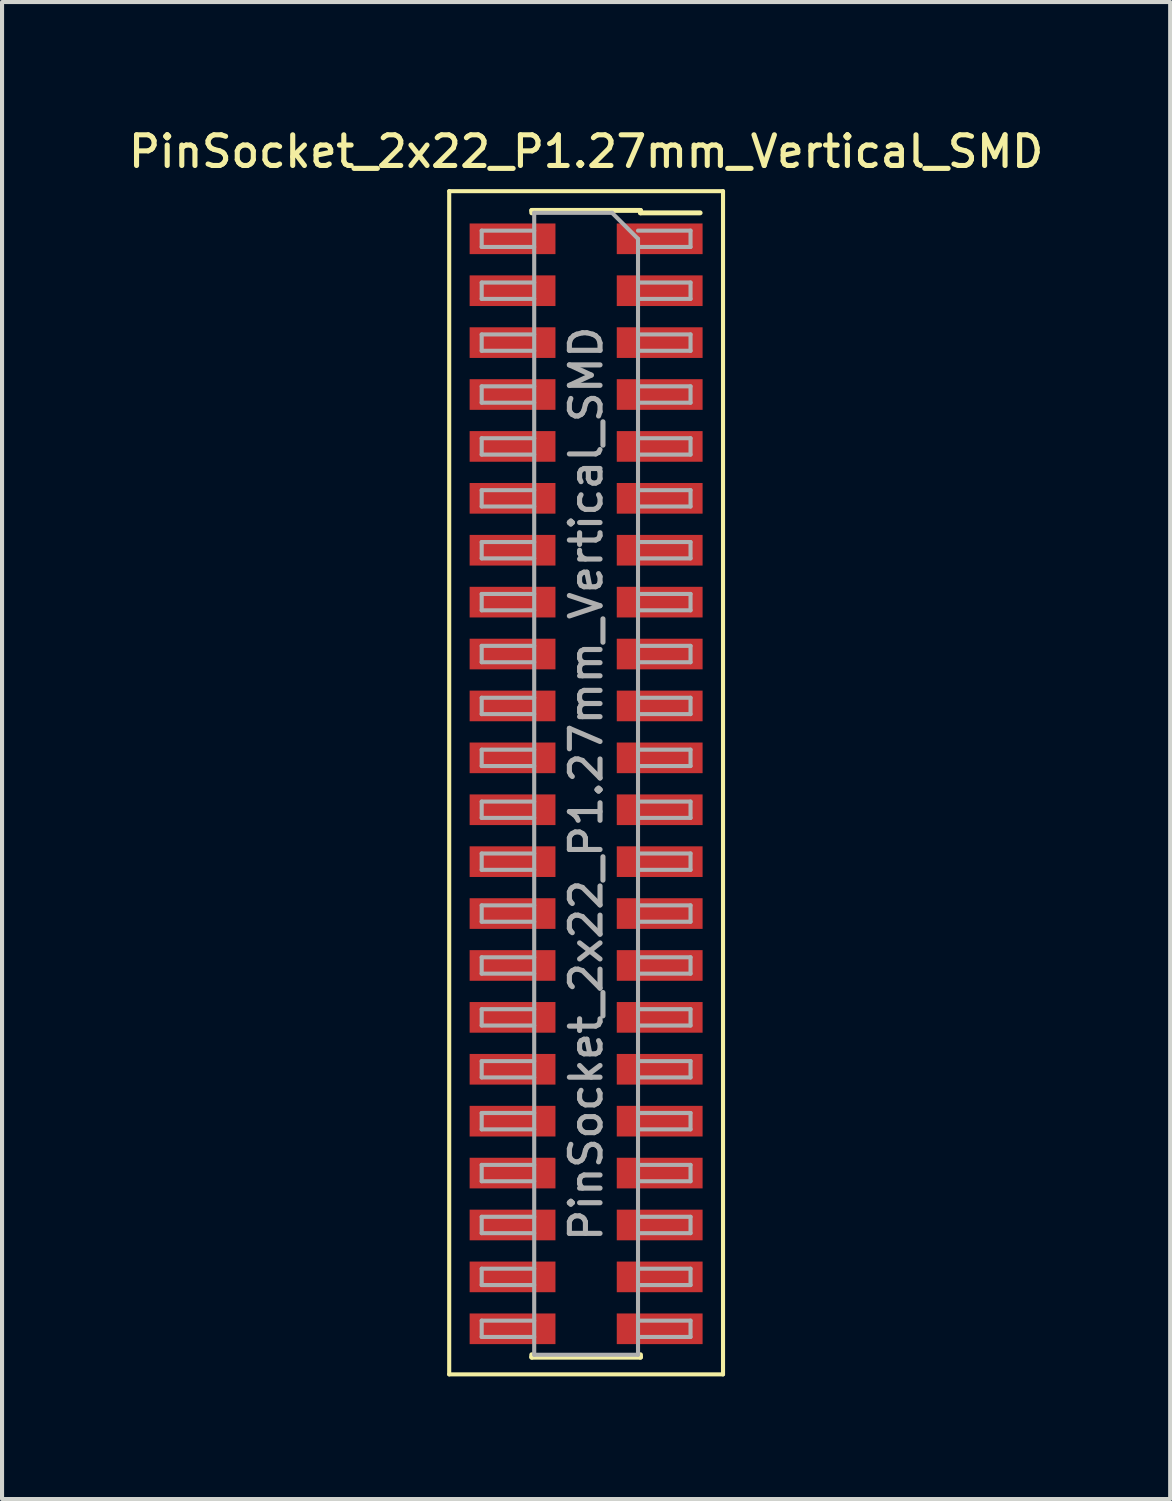
<source format=kicad_pcb>
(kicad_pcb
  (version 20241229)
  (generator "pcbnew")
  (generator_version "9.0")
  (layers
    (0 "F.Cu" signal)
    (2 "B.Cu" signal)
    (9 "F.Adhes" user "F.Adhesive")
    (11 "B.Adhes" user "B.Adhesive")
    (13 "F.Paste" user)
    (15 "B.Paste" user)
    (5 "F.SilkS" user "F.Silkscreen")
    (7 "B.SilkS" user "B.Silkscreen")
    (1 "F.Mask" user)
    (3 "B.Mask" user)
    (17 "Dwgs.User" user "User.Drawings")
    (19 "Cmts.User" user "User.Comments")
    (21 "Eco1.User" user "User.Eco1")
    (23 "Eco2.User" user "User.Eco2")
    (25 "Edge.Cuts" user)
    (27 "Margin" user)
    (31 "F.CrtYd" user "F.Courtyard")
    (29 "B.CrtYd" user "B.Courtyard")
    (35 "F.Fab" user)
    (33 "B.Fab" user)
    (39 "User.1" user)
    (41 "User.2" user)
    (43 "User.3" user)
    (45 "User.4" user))
  (footprint "PinSocket_2x22_P1.27mm_Vertical_SMD"
    (layer "F.Cu")
    (at 11.291 16.128)
    (property "Reference" "PinSocket_2x22_P1.27mm_Vertical_SMD" (at 0 -15.47 0) (layer "F.SilkS") (effects (font (size 0.75 0.75) (thickness 0.125))))
    (attr smd)
    (fp_line (start -3.35 -14.5) (end 3.35 -14.5) (stroke (width 0.1) (type solid)) (layer "F.SilkS"))
    (fp_line (start -3.35 14.45) (end -3.35 -14.5) (stroke (width 0.1) (type solid)) (layer "F.SilkS"))
    (fp_line (start -1.33 -14.03) (end -1.33 -13.97) (stroke (width 0.12) (type solid)) (layer "F.SilkS"))
    (fp_line (start -1.33 -14.03) (end 1.33 -14.03) (stroke (width 0.12) (type solid)) (layer "F.SilkS"))
    (fp_line (start -1.33 13.97) (end -1.33 14.03) (stroke (width 0.12) (type solid)) (layer "F.SilkS"))
    (fp_line (start -1.33 14.03) (end 1.33 14.03) (stroke (width 0.12) (type solid)) (layer "F.SilkS"))
    (fp_line (start 1.33 -14.03) (end 1.33 -13.97) (stroke (width 0.12) (type solid)) (layer "F.SilkS"))
    (fp_line (start 1.33 -13.97) (end 2.79 -13.97) (stroke (width 0.12) (type solid)) (layer "F.SilkS"))
    (fp_line (start 1.33 13.97) (end 1.33 14.03) (stroke (width 0.12) (type solid)) (layer "F.SilkS"))
    (fp_line (start 3.35 -14.5) (end 3.35 14.45) (stroke (width 0.1) (type solid)) (layer "F.SilkS"))
    (fp_line (start 3.35 14.45) (end -3.35 14.45) (stroke (width 0.1) (type solid)) (layer "F.SilkS"))
    (fp_line (start -2.555 -13.535) (end -1.27 -13.535) (stroke (width 0.1) (type solid)) (layer "F.Fab"))
    (fp_line (start -2.555 -13.135) (end -2.555 -13.535) (stroke (width 0.1) (type solid)) (layer "F.Fab"))
    (fp_line (start -2.555 -12.265) (end -1.27 -12.265) (stroke (width 0.1) (type solid)) (layer "F.Fab"))
    (fp_line (start -2.555 -11.865) (end -2.555 -12.265) (stroke (width 0.1) (type solid)) (layer "F.Fab"))
    (fp_line (start -2.555 -10.995) (end -1.27 -10.995) (stroke (width 0.1) (type solid)) (layer "F.Fab"))
    (fp_line (start -2.555 -10.595) (end -2.555 -10.995) (stroke (width 0.1) (type solid)) (layer "F.Fab"))
    (fp_line (start -2.555 -9.725) (end -1.27 -9.725) (stroke (width 0.1) (type solid)) (layer "F.Fab"))
    (fp_line (start -2.555 -9.325) (end -2.555 -9.725) (stroke (width 0.1) (type solid)) (layer "F.Fab"))
    (fp_line (start -2.555 -8.455) (end -1.27 -8.455) (stroke (width 0.1) (type solid)) (layer "F.Fab"))
    (fp_line (start -2.555 -8.055) (end -2.555 -8.455) (stroke (width 0.1) (type solid)) (layer "F.Fab"))
    (fp_line (start -2.555 -7.185) (end -1.27 -7.185) (stroke (width 0.1) (type solid)) (layer "F.Fab"))
    (fp_line (start -2.555 -6.785) (end -2.555 -7.185) (stroke (width 0.1) (type solid)) (layer "F.Fab"))
    (fp_line (start -2.555 -5.915) (end -1.27 -5.915) (stroke (width 0.1) (type solid)) (layer "F.Fab"))
    (fp_line (start -2.555 -5.515) (end -2.555 -5.915) (stroke (width 0.1) (type solid)) (layer "F.Fab"))
    (fp_line (start -2.555 -4.645) (end -1.27 -4.645) (stroke (width 0.1) (type solid)) (layer "F.Fab"))
    (fp_line (start -2.555 -4.245) (end -2.555 -4.645) (stroke (width 0.1) (type solid)) (layer "F.Fab"))
    (fp_line (start -2.555 -3.375) (end -1.27 -3.375) (stroke (width 0.1) (type solid)) (layer "F.Fab"))
    (fp_line (start -2.555 -2.975) (end -2.555 -3.375) (stroke (width 0.1) (type solid)) (layer "F.Fab"))
    (fp_line (start -2.555 -2.105) (end -1.27 -2.105) (stroke (width 0.1) (type solid)) (layer "F.Fab"))
    (fp_line (start -2.555 -1.705) (end -2.555 -2.105) (stroke (width 0.1) (type solid)) (layer "F.Fab"))
    (fp_line (start -2.555 -0.835) (end -1.27 -0.835) (stroke (width 0.1) (type solid)) (layer "F.Fab"))
    (fp_line (start -2.555 -0.435) (end -2.555 -0.835) (stroke (width 0.1) (type solid)) (layer "F.Fab"))
    (fp_line (start -2.555 0.435) (end -1.27 0.435) (stroke (width 0.1) (type solid)) (layer "F.Fab"))
    (fp_line (start -2.555 0.835) (end -2.555 0.435) (stroke (width 0.1) (type solid)) (layer "F.Fab"))
    (fp_line (start -2.555 1.705) (end -1.27 1.705) (stroke (width 0.1) (type solid)) (layer "F.Fab"))
    (fp_line (start -2.555 2.105) (end -2.555 1.705) (stroke (width 0.1) (type solid)) (layer "F.Fab"))
    (fp_line (start -2.555 2.975) (end -1.27 2.975) (stroke (width 0.1) (type solid)) (layer "F.Fab"))
    (fp_line (start -2.555 3.375) (end -2.555 2.975) (stroke (width 0.1) (type solid)) (layer "F.Fab"))
    (fp_line (start -2.555 4.245) (end -1.27 4.245) (stroke (width 0.1) (type solid)) (layer "F.Fab"))
    (fp_line (start -2.555 4.645) (end -2.555 4.245) (stroke (width 0.1) (type solid)) (layer "F.Fab"))
    (fp_line (start -2.555 5.515) (end -1.27 5.515) (stroke (width 0.1) (type solid)) (layer "F.Fab"))
    (fp_line (start -2.555 5.915) (end -2.555 5.515) (stroke (width 0.1) (type solid)) (layer "F.Fab"))
    (fp_line (start -2.555 6.785) (end -1.27 6.785) (stroke (width 0.1) (type solid)) (layer "F.Fab"))
    (fp_line (start -2.555 7.185) (end -2.555 6.785) (stroke (width 0.1) (type solid)) (layer "F.Fab"))
    (fp_line (start -2.555 8.055) (end -1.27 8.055) (stroke (width 0.1) (type solid)) (layer "F.Fab"))
    (fp_line (start -2.555 8.455) (end -2.555 8.055) (stroke (width 0.1) (type solid)) (layer "F.Fab"))
    (fp_line (start -2.555 9.325) (end -1.27 9.325) (stroke (width 0.1) (type solid)) (layer "F.Fab"))
    (fp_line (start -2.555 9.725) (end -2.555 9.325) (stroke (width 0.1) (type solid)) (layer "F.Fab"))
    (fp_line (start -2.555 10.595) (end -1.27 10.595) (stroke (width 0.1) (type solid)) (layer "F.Fab"))
    (fp_line (start -2.555 10.995) (end -2.555 10.595) (stroke (width 0.1) (type solid)) (layer "F.Fab"))
    (fp_line (start -2.555 11.865) (end -1.27 11.865) (stroke (width 0.1) (type solid)) (layer "F.Fab"))
    (fp_line (start -2.555 12.265) (end -2.555 11.865) (stroke (width 0.1) (type solid)) (layer "F.Fab"))
    (fp_line (start -2.555 13.135) (end -1.27 13.135) (stroke (width 0.1) (type solid)) (layer "F.Fab"))
    (fp_line (start -2.555 13.535) (end -2.555 13.135) (stroke (width 0.1) (type solid)) (layer "F.Fab"))
    (fp_line (start -1.27 -13.97) (end 0.635 -13.97) (stroke (width 0.1) (type solid)) (layer "F.Fab"))
    (fp_line (start -1.27 -13.135) (end -2.555 -13.135) (stroke (width 0.1) (type solid)) (layer "F.Fab"))
    (fp_line (start -1.27 -11.865) (end -2.555 -11.865) (stroke (width 0.1) (type solid)) (layer "F.Fab"))
    (fp_line (start -1.27 -10.595) (end -2.555 -10.595) (stroke (width 0.1) (type solid)) (layer "F.Fab"))
    (fp_line (start -1.27 -9.325) (end -2.555 -9.325) (stroke (width 0.1) (type solid)) (layer "F.Fab"))
    (fp_line (start -1.27 -8.055) (end -2.555 -8.055) (stroke (width 0.1) (type solid)) (layer "F.Fab"))
    (fp_line (start -1.27 -6.785) (end -2.555 -6.785) (stroke (width 0.1) (type solid)) (layer "F.Fab"))
    (fp_line (start -1.27 -5.515) (end -2.555 -5.515) (stroke (width 0.1) (type solid)) (layer "F.Fab"))
    (fp_line (start -1.27 -4.245) (end -2.555 -4.245) (stroke (width 0.1) (type solid)) (layer "F.Fab"))
    (fp_line (start -1.27 -2.975) (end -2.555 -2.975) (stroke (width 0.1) (type solid)) (layer "F.Fab"))
    (fp_line (start -1.27 -1.705) (end -2.555 -1.705) (stroke (width 0.1) (type solid)) (layer "F.Fab"))
    (fp_line (start -1.27 -0.435) (end -2.555 -0.435) (stroke (width 0.1) (type solid)) (layer "F.Fab"))
    (fp_line (start -1.27 0.835) (end -2.555 0.835) (stroke (width 0.1) (type solid)) (layer "F.Fab"))
    (fp_line (start -1.27 2.105) (end -2.555 2.105) (stroke (width 0.1) (type solid)) (layer "F.Fab"))
    (fp_line (start -1.27 3.375) (end -2.555 3.375) (stroke (width 0.1) (type solid)) (layer "F.Fab"))
    (fp_line (start -1.27 4.645) (end -2.555 4.645) (stroke (width 0.1) (type solid)) (layer "F.Fab"))
    (fp_line (start -1.27 5.915) (end -2.555 5.915) (stroke (width 0.1) (type solid)) (layer "F.Fab"))
    (fp_line (start -1.27 7.185) (end -2.555 7.185) (stroke (width 0.1) (type solid)) (layer "F.Fab"))
    (fp_line (start -1.27 8.455) (end -2.555 8.455) (stroke (width 0.1) (type solid)) (layer "F.Fab"))
    (fp_line (start -1.27 9.725) (end -2.555 9.725) (stroke (width 0.1) (type solid)) (layer "F.Fab"))
    (fp_line (start -1.27 10.995) (end -2.555 10.995) (stroke (width 0.1) (type solid)) (layer "F.Fab"))
    (fp_line (start -1.27 12.265) (end -2.555 12.265) (stroke (width 0.1) (type solid)) (layer "F.Fab"))
    (fp_line (start -1.27 13.535) (end -2.555 13.535) (stroke (width 0.1) (type solid)) (layer "F.Fab"))
    (fp_line (start -1.27 13.97) (end -1.27 -13.97) (stroke (width 0.1) (type solid)) (layer "F.Fab"))
    (fp_line (start 0.635 -13.97) (end 1.27 -13.335) (stroke (width 0.1) (type solid)) (layer "F.Fab"))
    (fp_line (start 1.27 -13.535) (end 2.555 -13.535) (stroke (width 0.1) (type solid)) (layer "F.Fab"))
    (fp_line (start 1.27 -13.335) (end 1.27 13.97) (stroke (width 0.1) (type solid)) (layer "F.Fab"))
    (fp_line (start 1.27 -12.265) (end 2.555 -12.265) (stroke (width 0.1) (type solid)) (layer "F.Fab"))
    (fp_line (start 1.27 -10.995) (end 2.555 -10.995) (stroke (width 0.1) (type solid)) (layer "F.Fab"))
    (fp_line (start 1.27 -9.725) (end 2.555 -9.725) (stroke (width 0.1) (type solid)) (layer "F.Fab"))
    (fp_line (start 1.27 -8.455) (end 2.555 -8.455) (stroke (width 0.1) (type solid)) (layer "F.Fab"))
    (fp_line (start 1.27 -7.185) (end 2.555 -7.185) (stroke (width 0.1) (type solid)) (layer "F.Fab"))
    (fp_line (start 1.27 -5.915) (end 2.555 -5.915) (stroke (width 0.1) (type solid)) (layer "F.Fab"))
    (fp_line (start 1.27 -4.645) (end 2.555 -4.645) (stroke (width 0.1) (type solid)) (layer "F.Fab"))
    (fp_line (start 1.27 -3.375) (end 2.555 -3.375) (stroke (width 0.1) (type solid)) (layer "F.Fab"))
    (fp_line (start 1.27 -2.105) (end 2.555 -2.105) (stroke (width 0.1) (type solid)) (layer "F.Fab"))
    (fp_line (start 1.27 -0.835) (end 2.555 -0.835) (stroke (width 0.1) (type solid)) (layer "F.Fab"))
    (fp_line (start 1.27 0.435) (end 2.555 0.435) (stroke (width 0.1) (type solid)) (layer "F.Fab"))
    (fp_line (start 1.27 1.705) (end 2.555 1.705) (stroke (width 0.1) (type solid)) (layer "F.Fab"))
    (fp_line (start 1.27 2.975) (end 2.555 2.975) (stroke (width 0.1) (type solid)) (layer "F.Fab"))
    (fp_line (start 1.27 4.245) (end 2.555 4.245) (stroke (width 0.1) (type solid)) (layer "F.Fab"))
    (fp_line (start 1.27 5.515) (end 2.555 5.515) (stroke (width 0.1) (type solid)) (layer "F.Fab"))
    (fp_line (start 1.27 6.785) (end 2.555 6.785) (stroke (width 0.1) (type solid)) (layer "F.Fab"))
    (fp_line (start 1.27 8.055) (end 2.555 8.055) (stroke (width 0.1) (type solid)) (layer "F.Fab"))
    (fp_line (start 1.27 9.325) (end 2.555 9.325) (stroke (width 0.1) (type solid)) (layer "F.Fab"))
    (fp_line (start 1.27 10.595) (end 2.555 10.595) (stroke (width 0.1) (type solid)) (layer "F.Fab"))
    (fp_line (start 1.27 11.865) (end 2.555 11.865) (stroke (width 0.1) (type solid)) (layer "F.Fab"))
    (fp_line (start 1.27 13.135) (end 2.555 13.135) (stroke (width 0.1) (type solid)) (layer "F.Fab"))
    (fp_line (start 1.27 13.97) (end -1.27 13.97) (stroke (width 0.1) (type solid)) (layer "F.Fab"))
    (fp_line (start 2.555 -13.535) (end 2.555 -13.135) (stroke (width 0.1) (type solid)) (layer "F.Fab"))
    (fp_line (start 2.555 -13.135) (end 1.27 -13.135) (stroke (width 0.1) (type solid)) (layer "F.Fab"))
    (fp_line (start 2.555 -12.265) (end 2.555 -11.865) (stroke (width 0.1) (type solid)) (layer "F.Fab"))
    (fp_line (start 2.555 -11.865) (end 1.27 -11.865) (stroke (width 0.1) (type solid)) (layer "F.Fab"))
    (fp_line (start 2.555 -10.995) (end 2.555 -10.595) (stroke (width 0.1) (type solid)) (layer "F.Fab"))
    (fp_line (start 2.555 -10.595) (end 1.27 -10.595) (stroke (width 0.1) (type solid)) (layer "F.Fab"))
    (fp_line (start 2.555 -9.725) (end 2.555 -9.325) (stroke (width 0.1) (type solid)) (layer "F.Fab"))
    (fp_line (start 2.555 -9.325) (end 1.27 -9.325) (stroke (width 0.1) (type solid)) (layer "F.Fab"))
    (fp_line (start 2.555 -8.455) (end 2.555 -8.055) (stroke (width 0.1) (type solid)) (layer "F.Fab"))
    (fp_line (start 2.555 -8.055) (end 1.27 -8.055) (stroke (width 0.1) (type solid)) (layer "F.Fab"))
    (fp_line (start 2.555 -7.185) (end 2.555 -6.785) (stroke (width 0.1) (type solid)) (layer "F.Fab"))
    (fp_line (start 2.555 -6.785) (end 1.27 -6.785) (stroke (width 0.1) (type solid)) (layer "F.Fab"))
    (fp_line (start 2.555 -5.915) (end 2.555 -5.515) (stroke (width 0.1) (type solid)) (layer "F.Fab"))
    (fp_line (start 2.555 -5.515) (end 1.27 -5.515) (stroke (width 0.1) (type solid)) (layer "F.Fab"))
    (fp_line (start 2.555 -4.645) (end 2.555 -4.245) (stroke (width 0.1) (type solid)) (layer "F.Fab"))
    (fp_line (start 2.555 -4.245) (end 1.27 -4.245) (stroke (width 0.1) (type solid)) (layer "F.Fab"))
    (fp_line (start 2.555 -3.375) (end 2.555 -2.975) (stroke (width 0.1) (type solid)) (layer "F.Fab"))
    (fp_line (start 2.555 -2.975) (end 1.27 -2.975) (stroke (width 0.1) (type solid)) (layer "F.Fab"))
    (fp_line (start 2.555 -2.105) (end 2.555 -1.705) (stroke (width 0.1) (type solid)) (layer "F.Fab"))
    (fp_line (start 2.555 -1.705) (end 1.27 -1.705) (stroke (width 0.1) (type solid)) (layer "F.Fab"))
    (fp_line (start 2.555 -0.835) (end 2.555 -0.435) (stroke (width 0.1) (type solid)) (layer "F.Fab"))
    (fp_line (start 2.555 -0.435) (end 1.27 -0.435) (stroke (width 0.1) (type solid)) (layer "F.Fab"))
    (fp_line (start 2.555 0.435) (end 2.555 0.835) (stroke (width 0.1) (type solid)) (layer "F.Fab"))
    (fp_line (start 2.555 0.835) (end 1.27 0.835) (stroke (width 0.1) (type solid)) (layer "F.Fab"))
    (fp_line (start 2.555 1.705) (end 2.555 2.105) (stroke (width 0.1) (type solid)) (layer "F.Fab"))
    (fp_line (start 2.555 2.105) (end 1.27 2.105) (stroke (width 0.1) (type solid)) (layer "F.Fab"))
    (fp_line (start 2.555 2.975) (end 2.555 3.375) (stroke (width 0.1) (type solid)) (layer "F.Fab"))
    (fp_line (start 2.555 3.375) (end 1.27 3.375) (stroke (width 0.1) (type solid)) (layer "F.Fab"))
    (fp_line (start 2.555 4.245) (end 2.555 4.645) (stroke (width 0.1) (type solid)) (layer "F.Fab"))
    (fp_line (start 2.555 4.645) (end 1.27 4.645) (stroke (width 0.1) (type solid)) (layer "F.Fab"))
    (fp_line (start 2.555 5.515) (end 2.555 5.915) (stroke (width 0.1) (type solid)) (layer "F.Fab"))
    (fp_line (start 2.555 5.915) (end 1.27 5.915) (stroke (width 0.1) (type solid)) (layer "F.Fab"))
    (fp_line (start 2.555 6.785) (end 2.555 7.185) (stroke (width 0.1) (type solid)) (layer "F.Fab"))
    (fp_line (start 2.555 7.185) (end 1.27 7.185) (stroke (width 0.1) (type solid)) (layer "F.Fab"))
    (fp_line (start 2.555 8.055) (end 2.555 8.455) (stroke (width 0.1) (type solid)) (layer "F.Fab"))
    (fp_line (start 2.555 8.455) (end 1.27 8.455) (stroke (width 0.1) (type solid)) (layer "F.Fab"))
    (fp_line (start 2.555 9.325) (end 2.555 9.725) (stroke (width 0.1) (type solid)) (layer "F.Fab"))
    (fp_line (start 2.555 9.725) (end 1.27 9.725) (stroke (width 0.1) (type solid)) (layer "F.Fab"))
    (fp_line (start 2.555 10.595) (end 2.555 10.995) (stroke (width 0.1) (type solid)) (layer "F.Fab"))
    (fp_line (start 2.555 10.995) (end 1.27 10.995) (stroke (width 0.1) (type solid)) (layer "F.Fab"))
    (fp_line (start 2.555 11.865) (end 2.555 12.265) (stroke (width 0.1) (type solid)) (layer "F.Fab"))
    (fp_line (start 2.555 12.265) (end 1.27 12.265) (stroke (width 0.1) (type solid)) (layer "F.Fab"))
    (fp_line (start 2.555 13.135) (end 2.555 13.535) (stroke (width 0.1) (type solid)) (layer "F.Fab"))
    (fp_line (start 2.555 13.535) (end 1.27 13.535) (stroke (width 0.1) (type solid)) (layer "F.Fab"))
    (fp_text user "${REFERENCE}" (at 0 0 90) (layer "F.Fab") (effects (font (size 0.75 0.75) (thickness 0.125))))
    (pad "1" smd rect (at 1.8 -13.335) (size 2.1 0.75) (layers "F.Cu" "F.Mask" "F.Paste"))
    (pad "2" smd rect (at -1.8 -13.335) (size 2.1 0.75) (layers "F.Cu" "F.Mask" "F.Paste"))
    (pad "3" smd rect (at 1.8 -12.065) (size 2.1 0.75) (layers "F.Cu" "F.Mask" "F.Paste"))
    (pad "4" smd rect (at -1.8 -12.065) (size 2.1 0.75) (layers "F.Cu" "F.Mask" "F.Paste"))
    (pad "5" smd rect (at 1.8 -10.795) (size 2.1 0.75) (layers "F.Cu" "F.Mask" "F.Paste"))
    (pad "6" smd rect (at -1.8 -10.795) (size 2.1 0.75) (layers "F.Cu" "F.Mask" "F.Paste"))
    (pad "7" smd rect (at 1.8 -9.525) (size 2.1 0.75) (layers "F.Cu" "F.Mask" "F.Paste"))
    (pad "8" smd rect (at -1.8 -9.525) (size 2.1 0.75) (layers "F.Cu" "F.Mask" "F.Paste"))
    (pad "9" smd rect (at 1.8 -8.255) (size 2.1 0.75) (layers "F.Cu" "F.Mask" "F.Paste"))
    (pad "10" smd rect (at -1.8 -8.255) (size 2.1 0.75) (layers "F.Cu" "F.Mask" "F.Paste"))
    (pad "11" smd rect (at 1.8 -6.985) (size 2.1 0.75) (layers "F.Cu" "F.Mask" "F.Paste"))
    (pad "12" smd rect (at -1.8 -6.985) (size 2.1 0.75) (layers "F.Cu" "F.Mask" "F.Paste"))
    (pad "13" smd rect (at 1.8 -5.715) (size 2.1 0.75) (layers "F.Cu" "F.Mask" "F.Paste"))
    (pad "14" smd rect (at -1.8 -5.715) (size 2.1 0.75) (layers "F.Cu" "F.Mask" "F.Paste"))
    (pad "15" smd rect (at 1.8 -4.445) (size 2.1 0.75) (layers "F.Cu" "F.Mask" "F.Paste"))
    (pad "16" smd rect (at -1.8 -4.445) (size 2.1 0.75) (layers "F.Cu" "F.Mask" "F.Paste"))
    (pad "17" smd rect (at 1.8 -3.175) (size 2.1 0.75) (layers "F.Cu" "F.Mask" "F.Paste"))
    (pad "18" smd rect (at -1.8 -3.175) (size 2.1 0.75) (layers "F.Cu" "F.Mask" "F.Paste"))
    (pad "19" smd rect (at 1.8 -1.905) (size 2.1 0.75) (layers "F.Cu" "F.Mask" "F.Paste"))
    (pad "20" smd rect (at -1.8 -1.905) (size 2.1 0.75) (layers "F.Cu" "F.Mask" "F.Paste"))
    (pad "21" smd rect (at 1.8 -0.635) (size 2.1 0.75) (layers "F.Cu" "F.Mask" "F.Paste"))
    (pad "22" smd rect (at -1.8 -0.635) (size 2.1 0.75) (layers "F.Cu" "F.Mask" "F.Paste"))
    (pad "23" smd rect (at 1.8 0.635) (size 2.1 0.75) (layers "F.Cu" "F.Mask" "F.Paste"))
    (pad "24" smd rect (at -1.8 0.635) (size 2.1 0.75) (layers "F.Cu" "F.Mask" "F.Paste"))
    (pad "25" smd rect (at 1.8 1.905) (size 2.1 0.75) (layers "F.Cu" "F.Mask" "F.Paste"))
    (pad "26" smd rect (at -1.8 1.905) (size 2.1 0.75) (layers "F.Cu" "F.Mask" "F.Paste"))
    (pad "27" smd rect (at 1.8 3.175) (size 2.1 0.75) (layers "F.Cu" "F.Mask" "F.Paste"))
    (pad "28" smd rect (at -1.8 3.175) (size 2.1 0.75) (layers "F.Cu" "F.Mask" "F.Paste"))
    (pad "29" smd rect (at 1.8 4.445) (size 2.1 0.75) (layers "F.Cu" "F.Mask" "F.Paste"))
    (pad "30" smd rect (at -1.8 4.445) (size 2.1 0.75) (layers "F.Cu" "F.Mask" "F.Paste"))
    (pad "31" smd rect (at 1.8 5.715) (size 2.1 0.75) (layers "F.Cu" "F.Mask" "F.Paste"))
    (pad "32" smd rect (at -1.8 5.715) (size 2.1 0.75) (layers "F.Cu" "F.Mask" "F.Paste"))
    (pad "33" smd rect (at 1.8 6.985) (size 2.1 0.75) (layers "F.Cu" "F.Mask" "F.Paste"))
    (pad "34" smd rect (at -1.8 6.985) (size 2.1 0.75) (layers "F.Cu" "F.Mask" "F.Paste"))
    (pad "35" smd rect (at 1.8 8.255) (size 2.1 0.75) (layers "F.Cu" "F.Mask" "F.Paste"))
    (pad "36" smd rect (at -1.8 8.255) (size 2.1 0.75) (layers "F.Cu" "F.Mask" "F.Paste"))
    (pad "37" smd rect (at 1.8 9.525) (size 2.1 0.75) (layers "F.Cu" "F.Mask" "F.Paste"))
    (pad "38" smd rect (at -1.8 9.525) (size 2.1 0.75) (layers "F.Cu" "F.Mask" "F.Paste"))
    (pad "39" smd rect (at 1.8 10.795) (size 2.1 0.75) (layers "F.Cu" "F.Mask" "F.Paste"))
    (pad "40" smd rect (at -1.8 10.795) (size 2.1 0.75) (layers "F.Cu" "F.Mask" "F.Paste"))
    (pad "41" smd rect (at 1.8 12.065) (size 2.1 0.75) (layers "F.Cu" "F.Mask" "F.Paste"))
    (pad "42" smd rect (at -1.8 12.065) (size 2.1 0.75) (layers "F.Cu" "F.Mask" "F.Paste"))
    (pad "43" smd rect (at 1.8 13.335) (size 2.1 0.75) (layers "F.Cu" "F.Mask" "F.Paste"))
    (pad "44" smd rect (at -1.8 13.335) (size 2.1 0.75) (layers "F.Cu" "F.Mask" "F.Paste")))
  (gr_rect
    (start -3 -3)
    (end 25.582 33.628)
    (stroke (width 0.1) (type default))
    (fill no)
    (layer "Edge.Cuts")))
</source>
